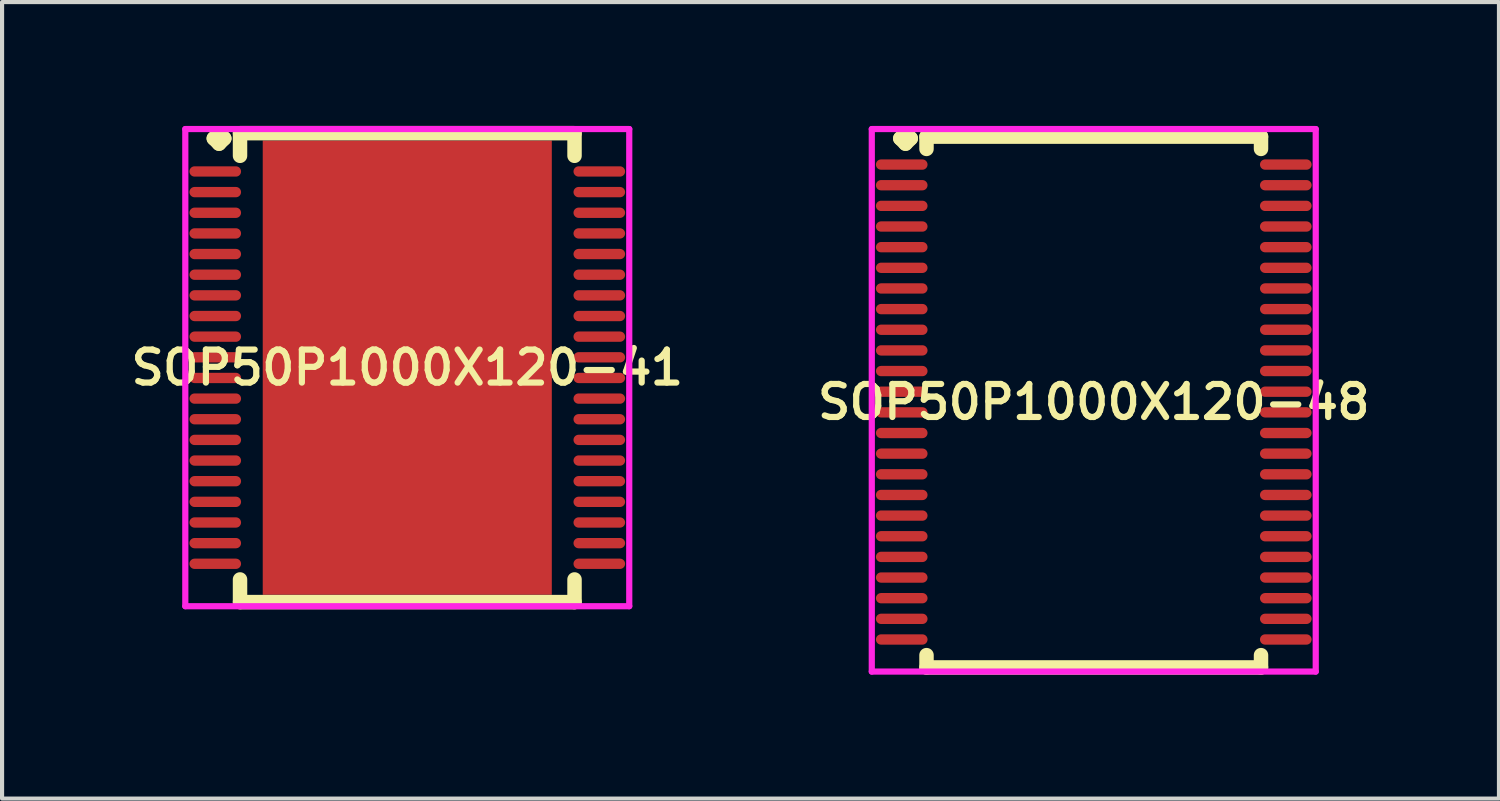
<source format=kicad_pcb>
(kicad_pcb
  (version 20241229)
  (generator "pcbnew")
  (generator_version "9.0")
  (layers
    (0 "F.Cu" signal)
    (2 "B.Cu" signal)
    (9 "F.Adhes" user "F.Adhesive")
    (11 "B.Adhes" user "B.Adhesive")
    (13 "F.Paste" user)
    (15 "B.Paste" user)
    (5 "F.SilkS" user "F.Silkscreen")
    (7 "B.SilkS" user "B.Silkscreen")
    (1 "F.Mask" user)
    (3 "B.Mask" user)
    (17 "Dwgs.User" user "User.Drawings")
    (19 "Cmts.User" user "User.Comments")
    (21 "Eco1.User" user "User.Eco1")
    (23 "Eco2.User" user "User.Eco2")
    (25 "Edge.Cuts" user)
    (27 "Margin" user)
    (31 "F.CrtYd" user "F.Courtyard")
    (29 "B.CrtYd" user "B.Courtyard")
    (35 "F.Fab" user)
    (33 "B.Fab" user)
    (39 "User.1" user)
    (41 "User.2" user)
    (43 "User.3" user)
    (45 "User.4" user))
  (footprint "SOP50P1000X120-41"
    (layer "F.Cu")
    (at 6.812 5.852)
    (property "Reference" "SOP50P1000X120-41" (at 0 0 0) (layer "F.SilkS") (effects (font (size 0.8 0.8) (thickness 0.15))))
    (attr smd)
    (fp_line (start -4.685 -5.55) (end -4.558 -5.677) (stroke (width 0.35) (type solid)) (layer "F.SilkS"))
    (fp_line (start -4.558 -5.677) (end -4.431 -5.55) (stroke (width 0.35) (type solid)) (layer "F.SilkS"))
    (fp_line (start -4.558 -5.423) (end -4.685 -5.55) (stroke (width 0.35) (type solid)) (layer "F.SilkS"))
    (fp_line (start -4.431 -5.55) (end -4.558 -5.423) (stroke (width 0.35) (type solid)) (layer "F.SilkS"))
    (fp_line (start -4.05 -5.677) (end 4.05 -5.677) (stroke (width 0.35) (type solid)) (layer "F.SilkS"))
    (fp_line (start -4.05 -5.129) (end -4.05 -5.677) (stroke (width 0.35) (type solid)) (layer "F.SilkS"))
    (fp_line (start -4.05 5.129) (end -4.05 5.677) (stroke (width 0.35) (type solid)) (layer "F.SilkS"))
    (fp_line (start -4.05 5.677) (end 4.05 5.677) (stroke (width 0.35) (type solid)) (layer "F.SilkS"))
    (fp_line (start 4.05 -5.677) (end 4.05 -5.129) (stroke (width 0.35) (type solid)) (layer "F.SilkS"))
    (fp_line (start 4.05 5.677) (end 4.05 5.129) (stroke (width 0.35) (type solid)) (layer "F.SilkS"))
    (fp_line (start -5.375 -5.777) (end 5.375 -5.777) (stroke (width 0.15) (type solid)) (layer "F.CrtYd"))
    (fp_line (start -5.375 5.777) (end -5.375 -5.777) (stroke (width 0.15) (type solid)) (layer "F.CrtYd"))
    (fp_line (start 5.375 -5.777) (end 5.375 5.777) (stroke (width 0.15) (type solid)) (layer "F.CrtYd"))
    (fp_line (start 5.375 5.777) (end -5.375 5.777) (stroke (width 0.15) (type solid)) (layer "F.CrtYd"))
    (pad "1" smd oval (at -4.65 -4.75) (size 1.25 0.25) (layers "F.Cu" "F.Mask" "F.Paste"))
    (pad "2" smd oval (at -4.65 -4.25) (size 1.25 0.25) (layers "F.Cu" "F.Mask" "F.Paste"))
    (pad "3" smd oval (at -4.65 -3.75) (size 1.25 0.25) (layers "F.Cu" "F.Mask" "F.Paste"))
    (pad "4" smd oval (at -4.65 -3.25) (size 1.25 0.25) (layers "F.Cu" "F.Mask" "F.Paste"))
    (pad "5" smd oval (at -4.65 -2.75) (size 1.25 0.25) (layers "F.Cu" "F.Mask" "F.Paste"))
    (pad "6" smd oval (at -4.65 -2.25) (size 1.25 0.25) (layers "F.Cu" "F.Mask" "F.Paste"))
    (pad "7" smd oval (at -4.65 -1.75) (size 1.25 0.25) (layers "F.Cu" "F.Mask" "F.Paste"))
    (pad "8" smd oval (at -4.65 -1.25) (size 1.25 0.25) (layers "F.Cu" "F.Mask" "F.Paste"))
    (pad "9" smd oval (at -4.65 -0.75) (size 1.25 0.25) (layers "F.Cu" "F.Mask" "F.Paste"))
    (pad "10" smd oval (at -4.65 -0.25) (size 1.25 0.25) (layers "F.Cu" "F.Mask" "F.Paste"))
    (pad "11" smd oval (at -4.65 0.25) (size 1.25 0.25) (layers "F.Cu" "F.Mask" "F.Paste"))
    (pad "12" smd oval (at -4.65 0.75) (size 1.25 0.25) (layers "F.Cu" "F.Mask" "F.Paste"))
    (pad "13" smd oval (at -4.65 1.25) (size 1.25 0.25) (layers "F.Cu" "F.Mask" "F.Paste"))
    (pad "14" smd oval (at -4.65 1.75) (size 1.25 0.25) (layers "F.Cu" "F.Mask" "F.Paste"))
    (pad "15" smd oval (at -4.65 2.25) (size 1.25 0.25) (layers "F.Cu" "F.Mask" "F.Paste"))
    (pad "16" smd oval (at -4.65 2.75) (size 1.25 0.25) (layers "F.Cu" "F.Mask" "F.Paste"))
    (pad "17" smd oval (at -4.65 3.25) (size 1.25 0.25) (layers "F.Cu" "F.Mask" "F.Paste"))
    (pad "18" smd oval (at -4.65 3.75) (size 1.25 0.25) (layers "F.Cu" "F.Mask" "F.Paste"))
    (pad "19" smd oval (at -4.65 4.25) (size 1.25 0.25) (layers "F.Cu" "F.Mask" "F.Paste"))
    (pad "20" smd oval (at -4.65 4.75) (size 1.25 0.25) (layers "F.Cu" "F.Mask" "F.Paste"))
    (pad "21" smd oval (at 4.65 4.75) (size 1.25 0.25) (layers "F.Cu" "F.Mask" "F.Paste"))
    (pad "22" smd oval (at 4.65 4.25) (size 1.25 0.25) (layers "F.Cu" "F.Mask" "F.Paste"))
    (pad "23" smd oval (at 4.65 3.75) (size 1.25 0.25) (layers "F.Cu" "F.Mask" "F.Paste"))
    (pad "24" smd oval (at 4.65 3.25) (size 1.25 0.25) (layers "F.Cu" "F.Mask" "F.Paste"))
    (pad "25" smd oval (at 4.65 2.75) (size 1.25 0.25) (layers "F.Cu" "F.Mask" "F.Paste"))
    (pad "26" smd oval (at 4.65 2.25) (size 1.25 0.25) (layers "F.Cu" "F.Mask" "F.Paste"))
    (pad "27" smd oval (at 4.65 1.75) (size 1.25 0.25) (layers "F.Cu" "F.Mask" "F.Paste"))
    (pad "28" smd oval (at 4.65 1.25) (size 1.25 0.25) (layers "F.Cu" "F.Mask" "F.Paste"))
    (pad "29" smd oval (at 4.65 0.75) (size 1.25 0.25) (layers "F.Cu" "F.Mask" "F.Paste"))
    (pad "30" smd oval (at 4.65 0.25) (size 1.25 0.25) (layers "F.Cu" "F.Mask" "F.Paste"))
    (pad "31" smd oval (at 4.65 -0.25) (size 1.25 0.25) (layers "F.Cu" "F.Mask" "F.Paste"))
    (pad "32" smd oval (at 4.65 -0.75) (size 1.25 0.25) (layers "F.Cu" "F.Mask" "F.Paste"))
    (pad "33" smd oval (at 4.65 -1.25) (size 1.25 0.25) (layers "F.Cu" "F.Mask" "F.Paste"))
    (pad "34" smd oval (at 4.65 -1.75) (size 1.25 0.25) (layers "F.Cu" "F.Mask" "F.Paste"))
    (pad "35" smd oval (at 4.65 -2.25) (size 1.25 0.25) (layers "F.Cu" "F.Mask" "F.Paste"))
    (pad "36" smd oval (at 4.65 -2.75) (size 1.25 0.25) (layers "F.Cu" "F.Mask" "F.Paste"))
    (pad "37" smd oval (at 4.65 -3.25) (size 1.25 0.25) (layers "F.Cu" "F.Mask" "F.Paste"))
    (pad "38" smd oval (at 4.65 -3.75) (size 1.25 0.25) (layers "F.Cu" "F.Mask" "F.Paste"))
    (pad "39" smd oval (at 4.65 -4.25) (size 1.25 0.25) (layers "F.Cu" "F.Mask" "F.Paste"))
    (pad "40" smd oval (at 4.65 -4.75) (size 1.25 0.25) (layers "F.Cu" "F.Mask" "F.Paste"))
    (pad "41" smd rect (at 0 0) (size 7 11) (layers "F.Cu" "F.Mask" "F.Paste")))
  (footprint "SOP50P1000X120-48"
    (layer "F.Cu")
    (at 23.435 6.685)
    (property "Reference" "SOP50P1000X120-48" (at 0 0 0) (layer "F.SilkS") (effects (font (size 0.8 0.8) (thickness 0.15))))
    (attr smd)
    (fp_line (start -4.685 -6.383) (end -4.558 -6.51) (stroke (width 0.35) (type solid)) (layer "F.SilkS"))
    (fp_line (start -4.558 -6.51) (end -4.431 -6.383) (stroke (width 0.35) (type solid)) (layer "F.SilkS"))
    (fp_line (start -4.558 -6.256) (end -4.685 -6.383) (stroke (width 0.35) (type solid)) (layer "F.SilkS"))
    (fp_line (start -4.431 -6.383) (end -4.558 -6.256) (stroke (width 0.35) (type solid)) (layer "F.SilkS"))
    (fp_line (start -4.05 -6.427) (end 4.05 -6.427) (stroke (width 0.35) (type solid)) (layer "F.SilkS"))
    (fp_line (start -4.05 -6.129) (end -4.05 -6.427) (stroke (width 0.35) (type solid)) (layer "F.SilkS"))
    (fp_line (start -4.05 6.129) (end -4.05 6.427) (stroke (width 0.35) (type solid)) (layer "F.SilkS"))
    (fp_line (start -4.05 6.427) (end 4.05 6.427) (stroke (width 0.35) (type solid)) (layer "F.SilkS"))
    (fp_line (start 4.05 -6.427) (end 4.05 -6.129) (stroke (width 0.35) (type solid)) (layer "F.SilkS"))
    (fp_line (start 4.05 6.427) (end 4.05 6.129) (stroke (width 0.35) (type solid)) (layer "F.SilkS"))
    (fp_line (start -5.375 -6.61) (end 5.375 -6.61) (stroke (width 0.15) (type solid)) (layer "F.CrtYd"))
    (fp_line (start -5.375 6.527) (end -5.375 -6.61) (stroke (width 0.15) (type solid)) (layer "F.CrtYd"))
    (fp_line (start 5.375 -6.61) (end 5.375 6.527) (stroke (width 0.15) (type solid)) (layer "F.CrtYd"))
    (fp_line (start 5.375 6.527) (end -5.375 6.527) (stroke (width 0.15) (type solid)) (layer "F.CrtYd"))
    (pad "1" smd oval (at -4.65 -5.75) (size 1.25 0.25) (layers "F.Cu" "F.Mask" "F.Paste"))
    (pad "2" smd oval (at -4.65 -5.25) (size 1.25 0.25) (layers "F.Cu" "F.Mask" "F.Paste"))
    (pad "3" smd oval (at -4.65 -4.75) (size 1.25 0.25) (layers "F.Cu" "F.Mask" "F.Paste"))
    (pad "4" smd oval (at -4.65 -4.25) (size 1.25 0.25) (layers "F.Cu" "F.Mask" "F.Paste"))
    (pad "5" smd oval (at -4.65 -3.75) (size 1.25 0.25) (layers "F.Cu" "F.Mask" "F.Paste"))
    (pad "6" smd oval (at -4.65 -3.25) (size 1.25 0.25) (layers "F.Cu" "F.Mask" "F.Paste"))
    (pad "7" smd oval (at -4.65 -2.75) (size 1.25 0.25) (layers "F.Cu" "F.Mask" "F.Paste"))
    (pad "8" smd oval (at -4.65 -2.25) (size 1.25 0.25) (layers "F.Cu" "F.Mask" "F.Paste"))
    (pad "9" smd oval (at -4.65 -1.75) (size 1.25 0.25) (layers "F.Cu" "F.Mask" "F.Paste"))
    (pad "10" smd oval (at -4.65 -1.25) (size 1.25 0.25) (layers "F.Cu" "F.Mask" "F.Paste"))
    (pad "11" smd oval (at -4.65 -0.75) (size 1.25 0.25) (layers "F.Cu" "F.Mask" "F.Paste"))
    (pad "12" smd oval (at -4.65 -0.25) (size 1.25 0.25) (layers "F.Cu" "F.Mask" "F.Paste"))
    (pad "13" smd oval (at -4.65 0.25) (size 1.25 0.25) (layers "F.Cu" "F.Mask" "F.Paste"))
    (pad "14" smd oval (at -4.65 0.75) (size 1.25 0.25) (layers "F.Cu" "F.Mask" "F.Paste"))
    (pad "15" smd oval (at -4.65 1.25) (size 1.25 0.25) (layers "F.Cu" "F.Mask" "F.Paste"))
    (pad "16" smd oval (at -4.65 1.75) (size 1.25 0.25) (layers "F.Cu" "F.Mask" "F.Paste"))
    (pad "17" smd oval (at -4.65 2.25) (size 1.25 0.25) (layers "F.Cu" "F.Mask" "F.Paste"))
    (pad "18" smd oval (at -4.65 2.75) (size 1.25 0.25) (layers "F.Cu" "F.Mask" "F.Paste"))
    (pad "19" smd oval (at -4.65 3.25) (size 1.25 0.25) (layers "F.Cu" "F.Mask" "F.Paste"))
    (pad "20" smd oval (at -4.65 3.75) (size 1.25 0.25) (layers "F.Cu" "F.Mask" "F.Paste"))
    (pad "21" smd oval (at -4.65 4.25) (size 1.25 0.25) (layers "F.Cu" "F.Mask" "F.Paste"))
    (pad "22" smd oval (at -4.65 4.75) (size 1.25 0.25) (layers "F.Cu" "F.Mask" "F.Paste"))
    (pad "23" smd oval (at -4.65 5.25) (size 1.25 0.25) (layers "F.Cu" "F.Mask" "F.Paste"))
    (pad "24" smd oval (at -4.65 5.75) (size 1.25 0.25) (layers "F.Cu" "F.Mask" "F.Paste"))
    (pad "25" smd oval (at 4.65 5.75) (size 1.25 0.25) (layers "F.Cu" "F.Mask" "F.Paste"))
    (pad "26" smd oval (at 4.65 5.25) (size 1.25 0.25) (layers "F.Cu" "F.Mask" "F.Paste"))
    (pad "27" smd oval (at 4.65 4.75) (size 1.25 0.25) (layers "F.Cu" "F.Mask" "F.Paste"))
    (pad "28" smd oval (at 4.65 4.25) (size 1.25 0.25) (layers "F.Cu" "F.Mask" "F.Paste"))
    (pad "29" smd oval (at 4.65 3.75) (size 1.25 0.25) (layers "F.Cu" "F.Mask" "F.Paste"))
    (pad "30" smd oval (at 4.65 3.25) (size 1.25 0.25) (layers "F.Cu" "F.Mask" "F.Paste"))
    (pad "31" smd oval (at 4.65 2.75) (size 1.25 0.25) (layers "F.Cu" "F.Mask" "F.Paste"))
    (pad "32" smd oval (at 4.65 2.25) (size 1.25 0.25) (layers "F.Cu" "F.Mask" "F.Paste"))
    (pad "33" smd oval (at 4.65 1.75) (size 1.25 0.25) (layers "F.Cu" "F.Mask" "F.Paste"))
    (pad "34" smd oval (at 4.65 1.25) (size 1.25 0.25) (layers "F.Cu" "F.Mask" "F.Paste"))
    (pad "35" smd oval (at 4.65 0.75) (size 1.25 0.25) (layers "F.Cu" "F.Mask" "F.Paste"))
    (pad "36" smd oval (at 4.65 0.25) (size 1.25 0.25) (layers "F.Cu" "F.Mask" "F.Paste"))
    (pad "37" smd oval (at 4.65 -0.25) (size 1.25 0.25) (layers "F.Cu" "F.Mask" "F.Paste"))
    (pad "38" smd oval (at 4.65 -0.75) (size 1.25 0.25) (layers "F.Cu" "F.Mask" "F.Paste"))
    (pad "39" smd oval (at 4.65 -1.25) (size 1.25 0.25) (layers "F.Cu" "F.Mask" "F.Paste"))
    (pad "40" smd oval (at 4.65 -1.75) (size 1.25 0.25) (layers "F.Cu" "F.Mask" "F.Paste"))
    (pad "41" smd oval (at 4.65 -2.25) (size 1.25 0.25) (layers "F.Cu" "F.Mask" "F.Paste"))
    (pad "42" smd oval (at 4.65 -2.75) (size 1.25 0.25) (layers "F.Cu" "F.Mask" "F.Paste"))
    (pad "43" smd oval (at 4.65 -3.25) (size 1.25 0.25) (layers "F.Cu" "F.Mask" "F.Paste"))
    (pad "44" smd oval (at 4.65 -3.75) (size 1.25 0.25) (layers "F.Cu" "F.Mask" "F.Paste"))
    (pad "45" smd oval (at 4.65 -4.25) (size 1.25 0.25) (layers "F.Cu" "F.Mask" "F.Paste"))
    (pad "46" smd oval (at 4.65 -4.75) (size 1.25 0.25) (layers "F.Cu" "F.Mask" "F.Paste"))
    (pad "47" smd oval (at 4.65 -5.25) (size 1.25 0.25) (layers "F.Cu" "F.Mask" "F.Paste"))
    (pad "48" smd oval (at 4.65 -5.75) (size 1.25 0.25) (layers "F.Cu" "F.Mask" "F.Paste")))
  (gr_rect
    (start -3 -3)
    (end 33.247 16.287)
    (stroke (width 0.1) (type default))
    (fill no)
    (layer "Edge.Cuts")))
</source>
